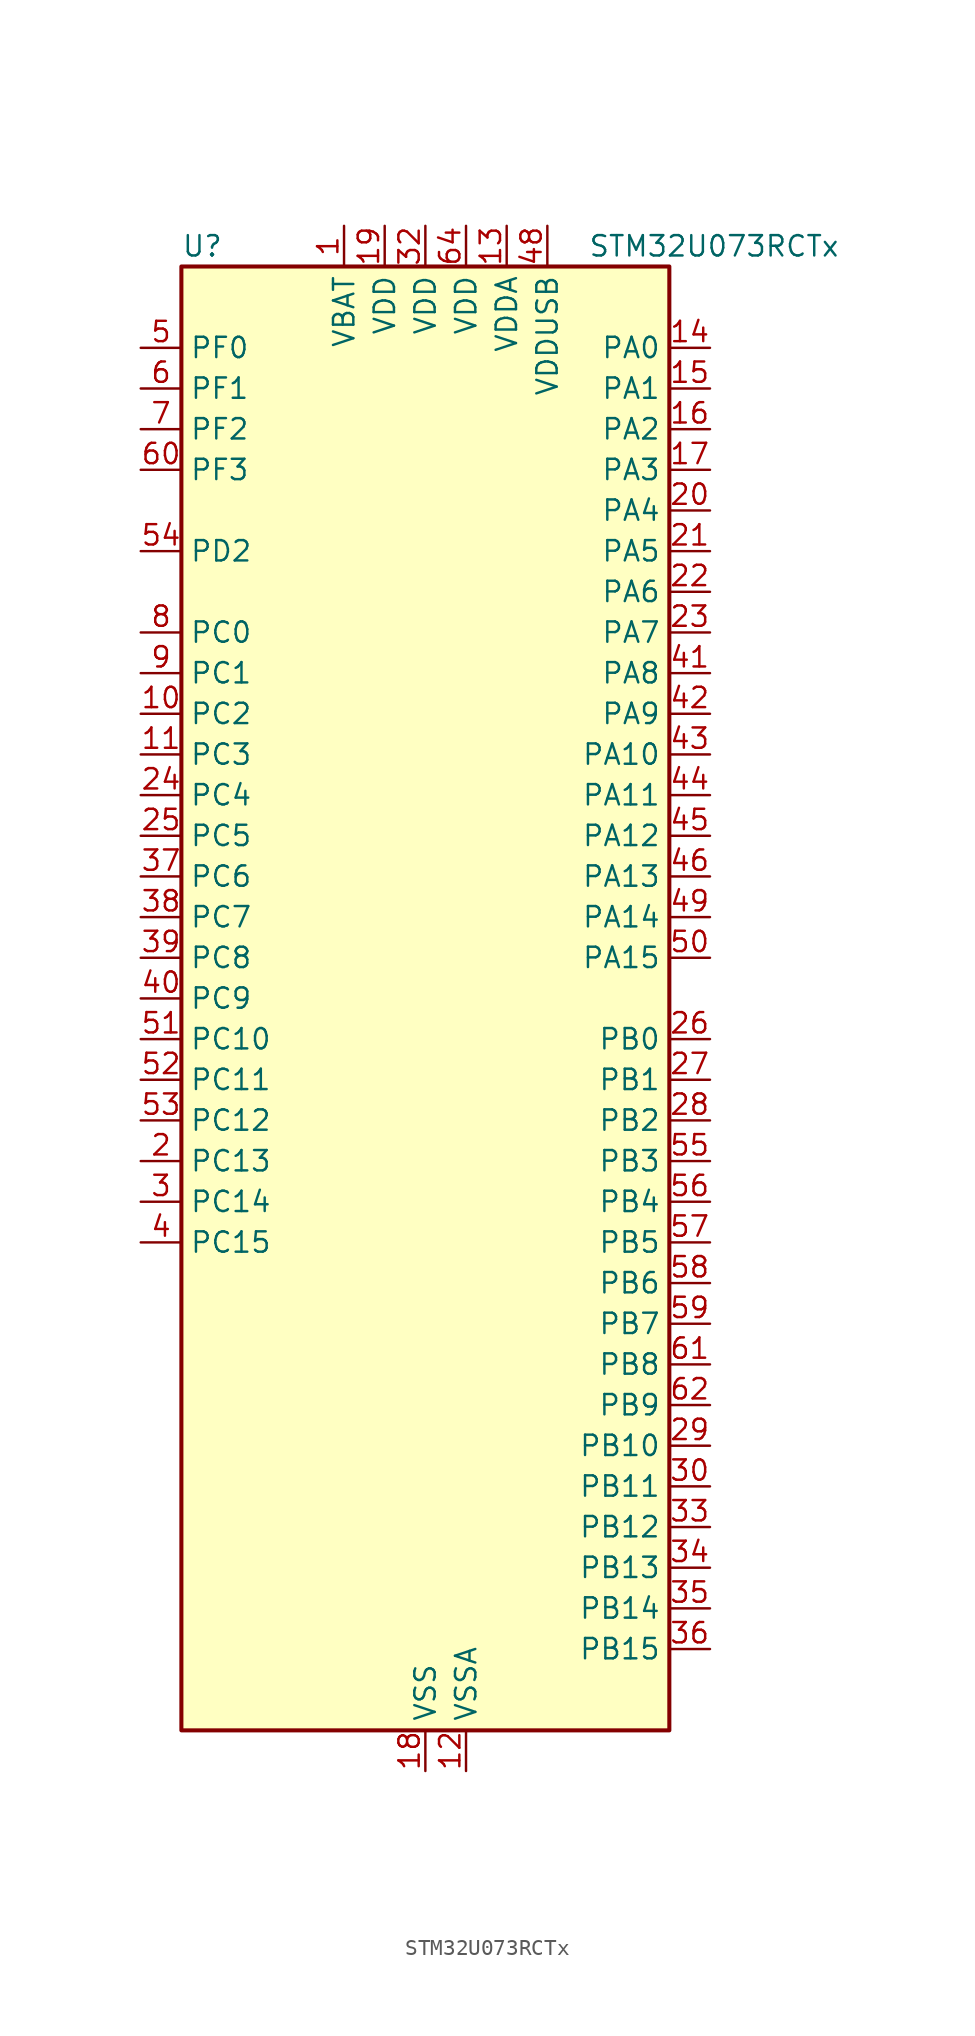
<source format=kicad_sym>
(kicad_symbol_lib
  (version 20241209)
  (generator "kicad_symbol_editor")
  (generator_version "9.0")
  (symbol "STM32U073RCTx"
    (property "Reference" "U"
      (at -15.24 46.99 0)
      (effects (font (size 1.27 1.27)) (justify left)))
    (property "Value" "STM32U073RCTx"
      (at 10.16 46.99 0)
      (effects (font (size 1.27 1.27)) (justify left)))
    (symbol "STM32U073RCTx_0_1"
      (rectangle (start -15.24 -45.72) (end 15.24 45.72) (stroke (width 0.254) (type default)) (fill (type background))))
    (symbol "STM32U073RCTx_1_1"
      (pin bidirectional line (at -17.78 40.64 0) (length 2.54) (name "PF0" (effects (font (size 1.27 1.27)))) (number "5" (effects (font (size 1.27 1.27)))) (alternate "RCC_OSC_IN" bidirectional line))
      (pin bidirectional line (at -17.78 38.1 0) (length 2.54) (name "PF1" (effects (font (size 1.27 1.27)))) (number "6" (effects (font (size 1.27 1.27)))) (alternate "RCC_OSC_EN" bidirectional line) (alternate "RCC_OSC_OUT" bidirectional line))
      (pin bidirectional line (at -17.78 35.56 0) (length 2.54) (name "PF2" (effects (font (size 1.27 1.27)))) (number "7" (effects (font (size 1.27 1.27)))) (alternate "RCC_MCO" bidirectional line))
      (pin bidirectional line (at -17.78 33.02 0) (length 2.54) (name "PF3" (effects (font (size 1.27 1.27)))) (number "60" (effects (font (size 1.27 1.27)))))
      (pin bidirectional line (at -17.78 27.94 0) (length 2.54) (name "PD2" (effects (font (size 1.27 1.27)))) (number "54" (effects (font (size 1.27 1.27)))) (alternate "LCD_COM7" bidirectional line) (alternate "LCD_SEG31" bidirectional line) (alternate "LCD_SEG51" bidirectional line) (alternate "TIM3_ETR" bidirectional line) (alternate "TSC_SYNC" bidirectional line) (alternate "USART3_DE" bidirectional line) (alternate "USART3_RTS" bidirectional line))
      (pin bidirectional line (at -17.78 22.86 0) (length 2.54) (name "PC0" (effects (font (size 1.27 1.27)))) (number "8" (effects (font (size 1.27 1.27)))) (alternate "ADC1_IN0" bidirectional line) (alternate "I2C3_SCL" bidirectional line) (alternate "I2C4_SCL" bidirectional line) (alternate "LCD_SEG18" bidirectional line) (alternate "LPTIM1_IN1" bidirectional line) (alternate "LPTIM2_IN1" bidirectional line) (alternate "LPUART1_RX" bidirectional line) (alternate "LPUART2_TX" bidirectional line))
      (pin bidirectional line (at -17.78 20.32 0) (length 2.54) (name "PC1" (effects (font (size 1.27 1.27)))) (number "9" (effects (font (size 1.27 1.27)))) (alternate "ADC1_IN1" bidirectional line) (alternate "I2C3_SDA" bidirectional line) (alternate "I2C4_SDA" bidirectional line) (alternate "LCD_SEG19" bidirectional line) (alternate "LPTIM1_CH1" bidirectional line) (alternate "LPUART1_TX" bidirectional line) (alternate "LPUART2_RX" bidirectional line))
      (pin bidirectional line (at -17.78 17.78 0) (length 2.54) (name "PC2" (effects (font (size 1.27 1.27)))) (number "10" (effects (font (size 1.27 1.27)))) (alternate "ADC1_IN2" bidirectional line) (alternate "LCD_SEG20" bidirectional line) (alternate "LPTIM1_IN2" bidirectional line) (alternate "RCC_MCO2" bidirectional line) (alternate "SPI2_MISO" bidirectional line))
      (pin bidirectional line (at -17.78 15.24 0) (length 2.54) (name "PC3" (effects (font (size 1.27 1.27)))) (number "11" (effects (font (size 1.27 1.27)))) (alternate "ADC1_IN3" bidirectional line) (alternate "LCD_VLCD" bidirectional line) (alternate "LPTIM1_ETR" bidirectional line) (alternate "LPTIM2_ETR" bidirectional line) (alternate "LPTIM3_CH1" bidirectional line) (alternate "SPI2_MOSI" bidirectional line) (alternate "USART4_CK" bidirectional line))
      (pin bidirectional line (at -17.78 12.7 0) (length 2.54) (name "PC4" (effects (font (size 1.27 1.27)))) (number "24" (effects (font (size 1.27 1.27)))) (alternate "ADC1_IN15" bidirectional line) (alternate "COMP1_INM" bidirectional line) (alternate "LCD_SEG22" bidirectional line) (alternate "LPUART3_TX" bidirectional line) (alternate "USART3_TX" bidirectional line))
      (pin bidirectional line (at -17.78 10.16 0) (length 2.54) (name "PC5" (effects (font (size 1.27 1.27)))) (number "25" (effects (font (size 1.27 1.27)))) (alternate "ADC1_IN16" bidirectional line) (alternate "COMP1_INP" bidirectional line) (alternate "LCD_SEG23" bidirectional line) (alternate "LPTIM3_CH3" bidirectional line) (alternate "LPUART3_RX" bidirectional line) (alternate "PWR_WKUP5" bidirectional line) (alternate "TAMP_IN4" bidirectional line) (alternate "USART3_RX" bidirectional line))
      (pin bidirectional line (at -17.78 7.62 0) (length 2.54) (name "PC6" (effects (font (size 1.27 1.27)))) (number "37" (effects (font (size 1.27 1.27)))) (alternate "COMP1_INP" bidirectional line) (alternate "LCD_SEG24" bidirectional line) (alternate "LPUART2_TX" bidirectional line) (alternate "TIM3_CH1" bidirectional line) (alternate "TSC_G4_IO1" bidirectional line))
      (pin bidirectional line (at -17.78 5.08 0) (length 2.54) (name "PC7" (effects (font (size 1.27 1.27)))) (number "38" (effects (font (size 1.27 1.27)))) (alternate "LCD_SEG25" bidirectional line) (alternate "LPTIM2_CH2" bidirectional line) (alternate "LPTIM3_CH4" bidirectional line) (alternate "LPUART2_RX" bidirectional line) (alternate "TIM3_CH2" bidirectional line) (alternate "TSC_G4_IO2" bidirectional line))
      (pin bidirectional line (at -17.78 2.54 0) (length 2.54) (name "PC8" (effects (font (size 1.27 1.27)))) (number "39" (effects (font (size 1.27 1.27)))) (alternate "LCD_SEG26" bidirectional line) (alternate "LPTIM3_CH1" bidirectional line) (alternate "TIM3_CH3" bidirectional line) (alternate "TSC_G4_IO3" bidirectional line))
      (pin bidirectional line (at -17.78 0 0) (length 2.54) (name "PC9" (effects (font (size 1.27 1.27)))) (number "40" (effects (font (size 1.27 1.27)))) (alternate "DAC1_EXTI9" bidirectional line) (alternate "LCD_SEG27" bidirectional line) (alternate "LPTIM3_CH2" bidirectional line) (alternate "TIM3_CH4" bidirectional line) (alternate "TSC_G4_IO4" bidirectional line) (alternate "USB_NOE" bidirectional line))
      (pin bidirectional line (at -17.78 -2.54 0) (length 2.54) (name "PC10" (effects (font (size 1.27 1.27)))) (number "51" (effects (font (size 1.27 1.27)))) (alternate "LCD_COM4" bidirectional line) (alternate "LCD_SEG28" bidirectional line) (alternate "LCD_SEG48" bidirectional line) (alternate "LPTIM3_ETR" bidirectional line) (alternate "SPI3_SCK" bidirectional line) (alternate "TSC_G3_IO2" bidirectional line) (alternate "USART3_TX" bidirectional line) (alternate "USART4_TX" bidirectional line))
      (pin bidirectional line (at -17.78 -5.08 0) (length 2.54) (name "PC11" (effects (font (size 1.27 1.27)))) (number "52" (effects (font (size 1.27 1.27)))) (alternate "ADC1_EXTI11" bidirectional line) (alternate "LCD_COM5" bidirectional line) (alternate "LCD_SEG29" bidirectional line) (alternate "LCD_SEG49" bidirectional line) (alternate "LPTIM3_IN1" bidirectional line) (alternate "SPI3_MISO" bidirectional line) (alternate "TSC_G3_IO3" bidirectional line) (alternate "USART3_RX" bidirectional line) (alternate "USART4_RX" bidirectional line))
      (pin bidirectional line (at -17.78 -7.62 0) (length 2.54) (name "PC12" (effects (font (size 1.27 1.27)))) (number "53" (effects (font (size 1.27 1.27)))) (alternate "LCD_COM6" bidirectional line) (alternate "LCD_SEG30" bidirectional line) (alternate "LCD_SEG50" bidirectional line) (alternate "LPTIM3_CH3" bidirectional line) (alternate "SPI3_MOSI" bidirectional line) (alternate "USART3_CK" bidirectional line) (alternate "USART4_CK" bidirectional line))
      (pin bidirectional line (at -17.78 -10.16 0) (length 2.54) (name "PC13" (effects (font (size 1.27 1.27)))) (number "2" (effects (font (size 1.27 1.27)))) (alternate "LPTIM1_CH3" bidirectional line) (alternate "LPTIM3_CH3" bidirectional line) (alternate "PWR_WKUP2" bidirectional line) (alternate "RTC_OUT1" bidirectional line) (alternate "RTC_TS" bidirectional line) (alternate "TAMP_IN1" bidirectional line))
      (pin bidirectional line (at -17.78 -12.7 0) (length 2.54) (name "PC14" (effects (font (size 1.27 1.27)))) (number "3" (effects (font (size 1.27 1.27)))) (alternate "RCC_OSC32_IN" bidirectional line))
      (pin bidirectional line (at -17.78 -15.24 0) (length 2.54) (name "PC15" (effects (font (size 1.27 1.27)))) (number "4" (effects (font (size 1.27 1.27)))) (alternate "RCC_OSC32_EN" bidirectional line) (alternate "RCC_OSC32_OUT" bidirectional line) (alternate "RCC_OSC_EN" bidirectional line))
      (pin power_in line (at -5.08 48.26 270) (length 2.54) (name "VBAT" (effects (font (size 1.27 1.27)))) (number "1" (effects (font (size 1.27 1.27)))))
      (pin power_in line (at -2.54 48.26 270) (length 2.54) (name "VDD" (effects (font (size 1.27 1.27)))) (number "19" (effects (font (size 1.27 1.27)))))
      (pin power_in line (at 0 48.26 270) (length 2.54) (name "VDD" (effects (font (size 1.27 1.27)))) (number "32" (effects (font (size 1.27 1.27)))))
      (pin power_in line (at 0 -48.26 90) (length 2.54) (name "VSS" (effects (font (size 1.27 1.27)))) (number "18" (effects (font (size 1.27 1.27)))))
      (pin passive line (at 0 -48.26 90) (length 2.54) (hide yes) (name "VSS" (effects (font (size 1.27 1.27)))) (number "31" (effects (font (size 1.27 1.27)))))
      (pin passive line (at 0 -48.26 90) (length 2.54) (hide yes) (name "VSS" (effects (font (size 1.27 1.27)))) (number "47" (effects (font (size 1.27 1.27)))))
      (pin passive line (at 0 -48.26 90) (length 2.54) (hide yes) (name "VSS" (effects (font (size 1.27 1.27)))) (number "63" (effects (font (size 1.27 1.27)))))
      (pin power_in line (at 2.54 48.26 270) (length 2.54) (name "VDD" (effects (font (size 1.27 1.27)))) (number "64" (effects (font (size 1.27 1.27)))))
      (pin power_in line (at 2.54 -48.26 90) (length 2.54) (name "VSSA" (effects (font (size 1.27 1.27)))) (number "12" (effects (font (size 1.27 1.27)))))
      (pin power_in line (at 5.08 48.26 270) (length 2.54) (name "VDDA" (effects (font (size 1.27 1.27)))) (number "13" (effects (font (size 1.27 1.27)))))
      (pin power_in line (at 7.62 48.26 270) (length 2.54) (name "VDDUSB" (effects (font (size 1.27 1.27)))) (number "48" (effects (font (size 1.27 1.27)))))
      (pin bidirectional line (at 17.78 40.64 180) (length 2.54) (name "PA0" (effects (font (size 1.27 1.27)))) (number "14" (effects (font (size 1.27 1.27)))) (alternate "ADC1_IN4" bidirectional line) (alternate "COMP1_INM" bidirectional line) (alternate "COMP1_OUT" bidirectional line) (alternate "LCD_SEG42" bidirectional line) (alternate "OPAMP1_VINP" bidirectional line) (alternate "PWR_WKUP1" bidirectional line) (alternate "TAMP_IN2" bidirectional line) (alternate "TIM2_CH1" bidirectional line) (alternate "TIM2_ETR" bidirectional line) (alternate "USART2_CTS" bidirectional line) (alternate "USART4_TX" bidirectional line))
      (pin bidirectional line (at 17.78 38.1 180) (length 2.54) (name "PA1" (effects (font (size 1.27 1.27)))) (number "15" (effects (font (size 1.27 1.27)))) (alternate "ADC1_IN5" bidirectional line) (alternate "COMP1_INP" bidirectional line) (alternate "LCD_SEG0" bidirectional line) (alternate "LPTIM1_CH2" bidirectional line) (alternate "OPAMP1_VINM" bidirectional line) (alternate "PWR_WKUP3" bidirectional line) (alternate "SPI1_SCK" bidirectional line) (alternate "SPI2_SCK" bidirectional line) (alternate "TAMP_IN5" bidirectional line) (alternate "TIM15_CH1N" bidirectional line) (alternate "TIM2_CH2" bidirectional line) (alternate "USART2_DE" bidirectional line) (alternate "USART2_RTS" bidirectional line) (alternate "USART4_RX" bidirectional line))
      (pin bidirectional line (at 17.78 35.56 180) (length 2.54) (name "PA2" (effects (font (size 1.27 1.27)))) (number "16" (effects (font (size 1.27 1.27)))) (alternate "ADC1_IN6" bidirectional line) (alternate "COMP2_INM" bidirectional line) (alternate "COMP2_OUT" bidirectional line) (alternate "LCD_SEG1" bidirectional line) (alternate "LPUART1_TX" bidirectional line) (alternate "PWR_WKUP4" bidirectional line) (alternate "RCC_LSCO" bidirectional line) (alternate "TIM15_CH1" bidirectional line) (alternate "TIM2_CH3" bidirectional line) (alternate "USART2_TX" bidirectional line))
      (pin bidirectional line (at 17.78 33.02 180) (length 2.54) (name "PA3" (effects (font (size 1.27 1.27)))) (number "17" (effects (font (size 1.27 1.27)))) (alternate "ADC1_IN7" bidirectional line) (alternate "COMP2_INP" bidirectional line) (alternate "LCD_SEG2" bidirectional line) (alternate "LPUART1_RX" bidirectional line) (alternate "OPAMP1_VOUT" bidirectional line) (alternate "TIM15_CH2" bidirectional line) (alternate "TIM2_CH4" bidirectional line) (alternate "USART2_RX" bidirectional line))
      (pin bidirectional line (at 17.78 30.48 180) (length 2.54) (name "PA4" (effects (font (size 1.27 1.27)))) (number "20" (effects (font (size 1.27 1.27)))) (alternate "ADC1_IN8" bidirectional line) (alternate "COMP1_INM" bidirectional line) (alternate "COMP2_INM" bidirectional line) (alternate "DAC1_OUT1" bidirectional line) (alternate "LCD_SEG43" bidirectional line) (alternate "LPTIM2_CH1" bidirectional line) (alternate "LPUART3_TX" bidirectional line) (alternate "SPI1_NSS" bidirectional line) (alternate "SPI3_NSS" bidirectional line) (alternate "USART2_CK" bidirectional line))
      (pin bidirectional line (at 17.78 27.94 180) (length 2.54) (name "PA5" (effects (font (size 1.27 1.27)))) (number "21" (effects (font (size 1.27 1.27)))) (alternate "ADC1_IN9" bidirectional line) (alternate "COMP1_INM" bidirectional line) (alternate "COMP2_INM" bidirectional line) (alternate "LCD_SEG44" bidirectional line) (alternate "LPTIM2_ETR" bidirectional line) (alternate "LPUART3_RX" bidirectional line) (alternate "SPI1_SCK" bidirectional line) (alternate "TIM2_CH1" bidirectional line) (alternate "TIM2_ETR" bidirectional line) (alternate "USART3_TX" bidirectional line))
      (pin bidirectional line (at 17.78 25.4 180) (length 2.54) (name "PA6" (effects (font (size 1.27 1.27)))) (number "22" (effects (font (size 1.27 1.27)))) (alternate "ADC1_IN10" bidirectional line) (alternate "COMP1_OUT" bidirectional line) (alternate "I2C2_SDA" bidirectional line) (alternate "I2C3_SDA" bidirectional line) (alternate "LCD_SEG3" bidirectional line) (alternate "LPUART1_CTS" bidirectional line) (alternate "SPI1_MISO" bidirectional line) (alternate "TIM16_CH1" bidirectional line) (alternate "TIM1_BKIN" bidirectional line) (alternate "TIM3_CH1" bidirectional line) (alternate "TSC_G5_IO1" bidirectional line) (alternate "USART3_CTS" bidirectional line))
      (pin bidirectional line (at 17.78 22.86 180) (length 2.54) (name "PA7" (effects (font (size 1.27 1.27)))) (number "23" (effects (font (size 1.27 1.27)))) (alternate "ADC1_IN14" bidirectional line) (alternate "COMP2_OUT" bidirectional line) (alternate "I2C2_SCL" bidirectional line) (alternate "I2C3_SCL" bidirectional line) (alternate "LCD_SEG4" bidirectional line) (alternate "LPTIM2_CH2" bidirectional line) (alternate "SPI1_MOSI" bidirectional line) (alternate "TIM1_CH1N" bidirectional line) (alternate "TIM3_CH2" bidirectional line) (alternate "USART3_RX" bidirectional line))
      (pin bidirectional line (at 17.78 20.32 180) (length 2.54) (name "PA8" (effects (font (size 1.27 1.27)))) (number "41" (effects (font (size 1.27 1.27)))) (alternate "LCD_COM0" bidirectional line) (alternate "LPTIM2_CH1" bidirectional line) (alternate "RCC_MCO" bidirectional line) (alternate "RCC_MCO2" bidirectional line) (alternate "TIM1_CH1" bidirectional line) (alternate "TSC_G7_IO1" bidirectional line) (alternate "USART1_CK" bidirectional line))
      (pin bidirectional line (at 17.78 17.78 180) (length 2.54) (name "PA9" (effects (font (size 1.27 1.27)))) (number "42" (effects (font (size 1.27 1.27)))) (alternate "COMP1_INP" bidirectional line) (alternate "DAC1_EXTI9" bidirectional line) (alternate "I2C1_SCL" bidirectional line) (alternate "I2C2_SCL" bidirectional line) (alternate "LCD_COM1" bidirectional line) (alternate "RCC_MCO" bidirectional line) (alternate "TIM15_BKIN" bidirectional line) (alternate "TIM1_CH2" bidirectional line) (alternate "TSC_G7_IO2" bidirectional line) (alternate "USART1_TX" bidirectional line))
      (pin bidirectional line (at 17.78 15.24 180) (length 2.54) (name "PA10" (effects (font (size 1.27 1.27)))) (number "43" (effects (font (size 1.27 1.27)))) (alternate "CRS_SYNC" bidirectional line) (alternate "I2C1_SDA" bidirectional line) (alternate "I2C2_SDA" bidirectional line) (alternate "LCD_COM2" bidirectional line) (alternate "RCC_MCO2" bidirectional line) (alternate "SPI2_NSS" bidirectional line) (alternate "TIM1_CH3" bidirectional line) (alternate "TSC_G7_IO3" bidirectional line) (alternate "USART1_RX" bidirectional line))
      (pin bidirectional line (at 17.78 12.7 180) (length 2.54) (name "PA11" (effects (font (size 1.27 1.27)))) (number "44" (effects (font (size 1.27 1.27)))) (alternate "ADC1_EXTI11" bidirectional line) (alternate "COMP1_OUT" bidirectional line) (alternate "SPI1_MISO" bidirectional line) (alternate "SPI2_MISO" bidirectional line) (alternate "TIM1_BKIN2" bidirectional line) (alternate "TIM1_CH4" bidirectional line) (alternate "USART1_CTS" bidirectional line) (alternate "USB_DM" bidirectional line))
      (pin bidirectional line (at 17.78 10.16 180) (length 2.54) (name "PA12" (effects (font (size 1.27 1.27)))) (number "45" (effects (font (size 1.27 1.27)))) (alternate "SPI1_MOSI" bidirectional line) (alternate "SPI2_MOSI" bidirectional line) (alternate "TIM1_ETR" bidirectional line) (alternate "USART1_DE" bidirectional line) (alternate "USART1_RTS" bidirectional line) (alternate "USB_DP" bidirectional line))
      (pin bidirectional line (at 17.78 7.62 180) (length 2.54) (name "PA13" (effects (font (size 1.27 1.27)))) (number "46" (effects (font (size 1.27 1.27)))) (alternate "DEBUG_JTMS-SWDIO" bidirectional line) (alternate "IR_OUT" bidirectional line) (alternate "LCD_SEG40" bidirectional line) (alternate "TSC_G7_IO4" bidirectional line) (alternate "USB_NOE" bidirectional line))
      (pin bidirectional line (at 17.78 5.08 180) (length 2.54) (name "PA14" (effects (font (size 1.27 1.27)))) (number "49" (effects (font (size 1.27 1.27)))) (alternate "DEBUG_JTCK-SWCLK" bidirectional line) (alternate "LCD_SEG41" bidirectional line) (alternate "LPTIM1_CH1" bidirectional line) (alternate "TSC_G3_IO4" bidirectional line))
      (pin bidirectional line (at 17.78 2.54 180) (length 2.54) (name "PA15" (effects (font (size 1.27 1.27)))) (number "50" (effects (font (size 1.27 1.27)))) (alternate "DEBUG_JTDI" bidirectional line) (alternate "LCD_SEG17" bidirectional line) (alternate "LPTIM3_CH3" bidirectional line) (alternate "LPTIM3_IN2" bidirectional line) (alternate "SPI1_NSS" bidirectional line) (alternate "SPI3_NSS" bidirectional line) (alternate "TIM2_CH1" bidirectional line) (alternate "TIM2_ETR" bidirectional line) (alternate "TSC_G3_IO1" bidirectional line) (alternate "USART2_RX" bidirectional line) (alternate "USART3_DE" bidirectional line) (alternate "USART3_RTS" bidirectional line) (alternate "USART4_DE" bidirectional line) (alternate "USART4_RTS" bidirectional line))
      (pin bidirectional line (at 17.78 -2.54 180) (length 2.54) (name "PB0" (effects (font (size 1.27 1.27)))) (number "26" (effects (font (size 1.27 1.27)))) (alternate "ADC1_IN17" bidirectional line) (alternate "COMP1_OUT" bidirectional line) (alternate "LCD_SEG5" bidirectional line) (alternate "LPTIM3_CH1" bidirectional line) (alternate "LPUART2_CTS" bidirectional line) (alternate "SPI1_NSS" bidirectional line) (alternate "TIM1_CH2N" bidirectional line) (alternate "TIM3_CH3" bidirectional line) (alternate "TSC_G5_IO2" bidirectional line) (alternate "USART3_CK" bidirectional line))
      (pin bidirectional line (at 17.78 -5.08 180) (length 2.54) (name "PB1" (effects (font (size 1.27 1.27)))) (number "27" (effects (font (size 1.27 1.27)))) (alternate "ADC1_IN18" bidirectional line) (alternate "COMP1_INM" bidirectional line) (alternate "LCD_SEG6" bidirectional line) (alternate "LPTIM2_IN1" bidirectional line) (alternate "LPTIM3_CH2" bidirectional line) (alternate "LPUART1_DE" bidirectional line) (alternate "LPUART1_RTS" bidirectional line) (alternate "LPUART2_DE" bidirectional line) (alternate "LPUART2_RTS" bidirectional line) (alternate "TIM1_CH3N" bidirectional line) (alternate "TIM3_CH4" bidirectional line) (alternate "TSC_SYNC" bidirectional line) (alternate "USART3_DE" bidirectional line) (alternate "USART3_RTS" bidirectional line))
      (pin bidirectional line (at 17.78 -7.62 180) (length 2.54) (name "PB2" (effects (font (size 1.27 1.27)))) (number "28" (effects (font (size 1.27 1.27)))) (alternate "COMP1_INP" bidirectional line) (alternate "LCD_VLCD" bidirectional line) (alternate "LPTIM1_CH1" bidirectional line) (alternate "RTC_OUT2" bidirectional line))
      (pin bidirectional line (at 17.78 -10.16 180) (length 2.54) (name "PB3" (effects (font (size 1.27 1.27)))) (number "55" (effects (font (size 1.27 1.27)))) (alternate "COMP2_INM" bidirectional line) (alternate "DEBUG_JTDO-SWO" bidirectional line) (alternate "I2C2_SCL" bidirectional line) (alternate "I2C3_SCL" bidirectional line) (alternate "LCD_SEG7" bidirectional line) (alternate "LPTIM1_CH3" bidirectional line) (alternate "SPI1_SCK" bidirectional line) (alternate "SPI3_SCK" bidirectional line) (alternate "TIM2_CH2" bidirectional line) (alternate "USART1_DE" bidirectional line) (alternate "USART1_RTS" bidirectional line))
      (pin bidirectional line (at 17.78 -12.7 180) (length 2.54) (name "PB4" (effects (font (size 1.27 1.27)))) (number "56" (effects (font (size 1.27 1.27)))) (alternate "COMP2_INP" bidirectional line) (alternate "I2C2_SDA" bidirectional line) (alternate "I2C3_SDA" bidirectional line) (alternate "LCD_SEG8" bidirectional line) (alternate "LPTIM1_CH4" bidirectional line) (alternate "LPUART3_DE" bidirectional line) (alternate "LPUART3_RTS" bidirectional line) (alternate "SPI1_MISO" bidirectional line) (alternate "SPI3_MISO" bidirectional line) (alternate "TIM3_CH1" bidirectional line) (alternate "TSC_G2_IO1" bidirectional line) (alternate "USART1_CTS" bidirectional line))
      (pin bidirectional line (at 17.78 -15.24 180) (length 2.54) (name "PB5" (effects (font (size 1.27 1.27)))) (number "57" (effects (font (size 1.27 1.27)))) (alternate "COMP2_OUT" bidirectional line) (alternate "LCD_SEG9" bidirectional line) (alternate "LPTIM1_IN1" bidirectional line) (alternate "LPUART3_CTS" bidirectional line) (alternate "SPI1_MOSI" bidirectional line) (alternate "SPI3_MOSI" bidirectional line) (alternate "TIM16_BKIN" bidirectional line) (alternate "TIM3_CH2" bidirectional line) (alternate "TSC_G2_IO2" bidirectional line) (alternate "USART1_CK" bidirectional line))
      (pin bidirectional line (at 17.78 -17.78 180) (length 2.54) (name "PB6" (effects (font (size 1.27 1.27)))) (number "58" (effects (font (size 1.27 1.27)))) (alternate "COMP2_INP" bidirectional line) (alternate "I2C1_SCL" bidirectional line) (alternate "I2C2_SCL" bidirectional line) (alternate "I2C4_SCL" bidirectional line) (alternate "LPTIM1_ETR" bidirectional line) (alternate "LPUART2_TX" bidirectional line) (alternate "LPUART3_TX" bidirectional line) (alternate "TIM16_CH1N" bidirectional line) (alternate "TSC_G2_IO3" bidirectional line) (alternate "USART1_TX" bidirectional line))
      (pin bidirectional line (at 17.78 -20.32 180) (length 2.54) (name "PB7" (effects (font (size 1.27 1.27)))) (number "59" (effects (font (size 1.27 1.27)))) (alternate "COMP2_INM" bidirectional line) (alternate "I2C1_SDA" bidirectional line) (alternate "I2C2_SDA" bidirectional line) (alternate "I2C4_SDA" bidirectional line) (alternate "LCD_SEG21" bidirectional line) (alternate "LPTIM1_IN2" bidirectional line) (alternate "LPUART2_RX" bidirectional line) (alternate "LPUART3_RX" bidirectional line) (alternate "PWR_PVD_IN" bidirectional line) (alternate "TSC_G2_IO4" bidirectional line) (alternate "USART1_RX" bidirectional line) (alternate "USART4_CTS" bidirectional line))
      (pin bidirectional line (at 17.78 -22.86 180) (length 2.54) (name "PB8" (effects (font (size 1.27 1.27)))) (number "61" (effects (font (size 1.27 1.27)))) (alternate "I2C1_SCL" bidirectional line) (alternate "I2C2_SCL" bidirectional line) (alternate "LCD_SEG16" bidirectional line) (alternate "LPTIM1_IN2" bidirectional line) (alternate "LPTIM3_IN2" bidirectional line) (alternate "TIM16_CH1" bidirectional line) (alternate "USART3_TX" bidirectional line))
      (pin bidirectional line (at 17.78 -25.4 180) (length 2.54) (name "PB9" (effects (font (size 1.27 1.27)))) (number "62" (effects (font (size 1.27 1.27)))) (alternate "DAC1_EXTI9" bidirectional line) (alternate "I2C1_SDA" bidirectional line) (alternate "I2C2_SDA" bidirectional line) (alternate "IR_OUT" bidirectional line) (alternate "LCD_COM3" bidirectional line) (alternate "LPTIM1_CH4" bidirectional line) (alternate "LPTIM3_CH4" bidirectional line) (alternate "SPI2_NSS" bidirectional line) (alternate "USART3_RX" bidirectional line))
      (pin bidirectional line (at 17.78 -27.94 180) (length 2.54) (name "PB10" (effects (font (size 1.27 1.27)))) (number "29" (effects (font (size 1.27 1.27)))) (alternate "COMP1_OUT" bidirectional line) (alternate "I2C2_SCL" bidirectional line) (alternate "I2C4_SCL" bidirectional line) (alternate "LCD_SEG10" bidirectional line) (alternate "LPTIM3_CH1" bidirectional line) (alternate "LPUART1_RX" bidirectional line) (alternate "LPUART2_RX" bidirectional line) (alternate "SPI2_SCK" bidirectional line) (alternate "TIM2_CH3" bidirectional line) (alternate "TSC_G5_IO3" bidirectional line) (alternate "USART3_TX" bidirectional line))
      (pin bidirectional line (at 17.78 -30.48 180) (length 2.54) (name "PB11" (effects (font (size 1.27 1.27)))) (number "30" (effects (font (size 1.27 1.27)))) (alternate "ADC1_EXTI11" bidirectional line) (alternate "COMP2_OUT" bidirectional line) (alternate "I2C2_SDA" bidirectional line) (alternate "I2C4_SDA" bidirectional line) (alternate "LCD_SEG11" bidirectional line) (alternate "LPUART1_TX" bidirectional line) (alternate "LPUART2_TX" bidirectional line) (alternate "TIM2_CH4" bidirectional line) (alternate "TSC_G5_IO4" bidirectional line) (alternate "USART3_RX" bidirectional line))
      (pin bidirectional line (at 17.78 -33.02 180) (length 2.54) (name "PB12" (effects (font (size 1.27 1.27)))) (number "33" (effects (font (size 1.27 1.27)))) (alternate "LCD_SEG12" bidirectional line) (alternate "LPUART1_DE" bidirectional line) (alternate "LPUART1_RTS" bidirectional line) (alternate "SPI2_NSS" bidirectional line) (alternate "TIM15_BKIN" bidirectional line) (alternate "TIM1_BKIN" bidirectional line) (alternate "TSC_G1_IO1" bidirectional line) (alternate "USART3_CK" bidirectional line))
      (pin bidirectional line (at 17.78 -35.56 180) (length 2.54) (name "PB13" (effects (font (size 1.27 1.27)))) (number "34" (effects (font (size 1.27 1.27)))) (alternate "I2C2_SCL" bidirectional line) (alternate "LCD_SEG13" bidirectional line) (alternate "LPTIM3_IN1" bidirectional line) (alternate "LPUART1_CTS" bidirectional line) (alternate "SPI2_SCK" bidirectional line) (alternate "TIM15_CH1N" bidirectional line) (alternate "TIM1_CH1N" bidirectional line) (alternate "TSC_G1_IO2" bidirectional line) (alternate "USART3_CTS" bidirectional line))
      (pin bidirectional line (at 17.78 -38.1 180) (length 2.54) (name "PB14" (effects (font (size 1.27 1.27)))) (number "35" (effects (font (size 1.27 1.27)))) (alternate "I2C2_SDA" bidirectional line) (alternate "LCD_SEG14" bidirectional line) (alternate "LPTIM3_ETR" bidirectional line) (alternate "SPI2_MISO" bidirectional line) (alternate "TIM15_CH1" bidirectional line) (alternate "TIM1_CH2N" bidirectional line) (alternate "TSC_G1_IO3" bidirectional line) (alternate "USART3_DE" bidirectional line) (alternate "USART3_RTS" bidirectional line))
      (pin bidirectional line (at 17.78 -40.64 180) (length 2.54) (name "PB15" (effects (font (size 1.27 1.27)))) (number "36" (effects (font (size 1.27 1.27)))) (alternate "LCD_SEG15" bidirectional line) (alternate "PWR_WKUP7" bidirectional line) (alternate "RTC_REFIN" bidirectional line) (alternate "SPI2_MOSI" bidirectional line) (alternate "TAMP_IN3" bidirectional line) (alternate "TIM15_CH2" bidirectional line) (alternate "TIM1_CH3N" bidirectional line) (alternate "TSC_G1_IO4" bidirectional line)))))
</source>
